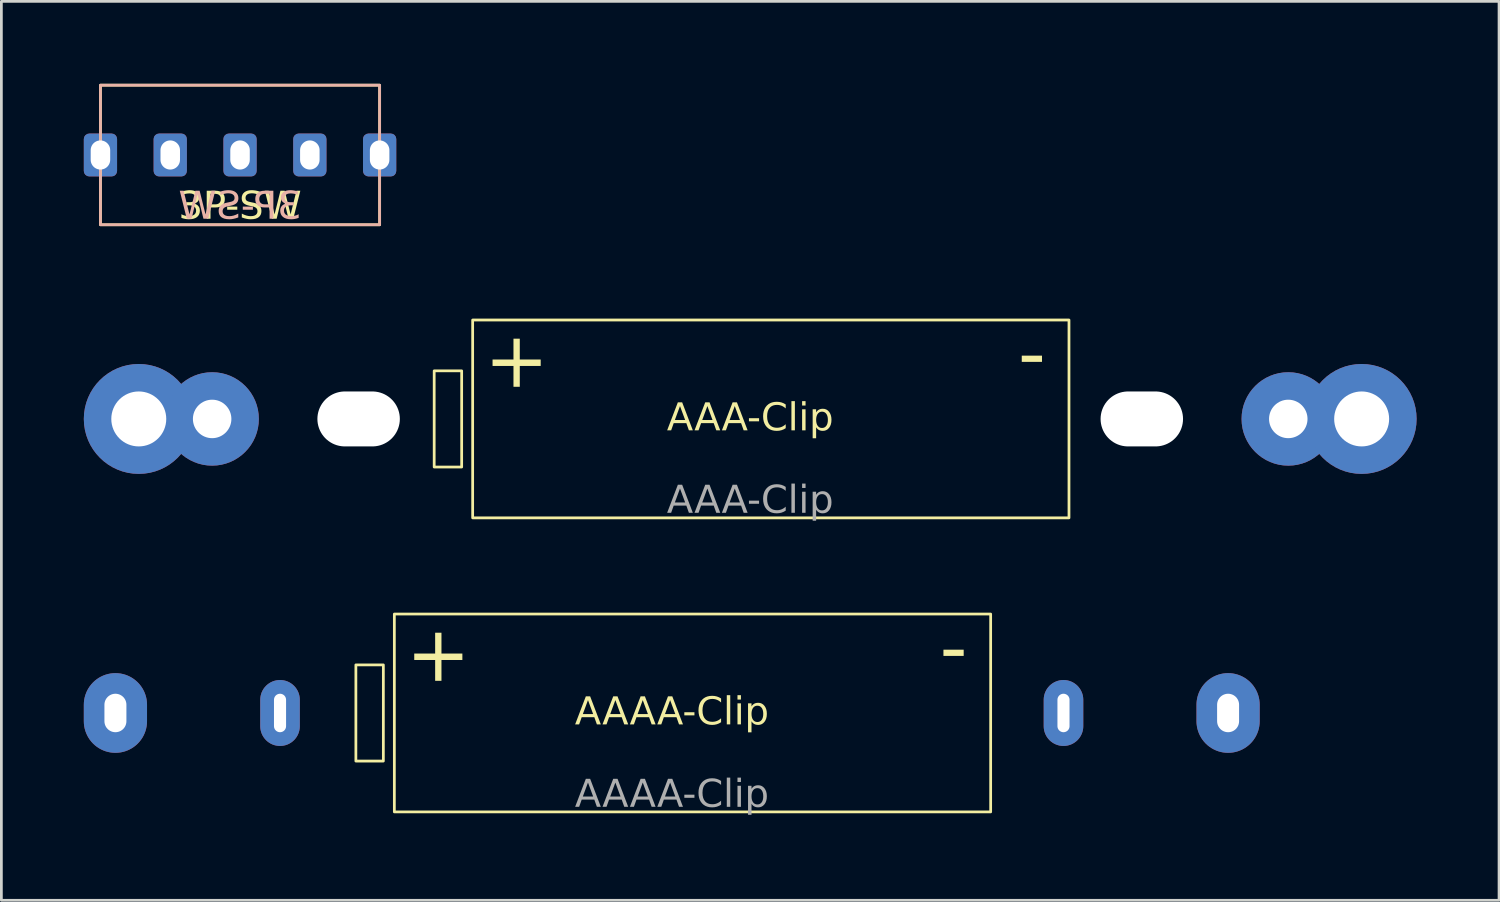
<source format=kicad_pcb>
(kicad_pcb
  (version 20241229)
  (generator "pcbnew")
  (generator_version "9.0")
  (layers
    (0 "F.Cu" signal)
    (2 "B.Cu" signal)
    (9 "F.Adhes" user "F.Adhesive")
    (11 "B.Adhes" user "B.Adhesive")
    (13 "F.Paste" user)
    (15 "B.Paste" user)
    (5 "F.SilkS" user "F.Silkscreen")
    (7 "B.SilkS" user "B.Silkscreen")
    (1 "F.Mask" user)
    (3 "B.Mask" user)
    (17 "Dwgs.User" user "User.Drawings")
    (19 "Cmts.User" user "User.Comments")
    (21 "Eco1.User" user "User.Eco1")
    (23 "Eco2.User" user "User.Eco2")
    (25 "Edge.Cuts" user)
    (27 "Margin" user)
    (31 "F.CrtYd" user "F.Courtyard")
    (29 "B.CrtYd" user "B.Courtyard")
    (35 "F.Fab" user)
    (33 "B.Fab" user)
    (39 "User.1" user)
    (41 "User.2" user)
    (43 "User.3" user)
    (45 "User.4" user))
  (footprint "AAA-Clip"
    (layer "F.Cu")
    (at 24.25 12.195)
    (property "Reference" "AAA-Clip" (at 0 0 0) (unlocked yes) (layer "F.SilkS") (effects (font (face "東亜重工 R") (size 1 1) (thickness 0.1))))
    (attr through_hole)
    (fp_rect (start -11.5 -1.75) (end -10.5 1.75) (stroke (width 0.1) (type default)) (fill no) (layer "F.SilkS"))
    (fp_rect (start -10.1 -3.6) (end 11.6 3.6) (stroke (width 0.1) (type default)) (fill no) (layer "F.SilkS"))
    (fp_text user "+" (at -8.5 -2 0) (unlocked yes) (layer "F.SilkS") (effects (font (face "東亜重工 R") (size 2 2) (thickness 0.15))))
    (fp_text user "-" (at 10.25 -2.25 0) (unlocked yes) (layer "F.SilkS") (effects (font (face "東亜重工 R") (size 2 2) (thickness 0.15))))
    (fp_text user "${REFERENCE}" (at 0 3 0) (unlocked yes) (layer "F.Fab") (effects (font (face "東亜重工 R") (size 1 1) (thickness 0.15))))
    (pad "" np_thru_hole oval (at -14.25 0) (size 3 2) (drill oval 3 2) (layers "*.Cu" "*.Mask"))
    (pad "" np_thru_hole oval (at 14.25 0) (size 3 2) (drill oval 3 2) (layers "*.Cu" "*.Mask"))
    (pad "1" thru_hole oval (at -22.25 0) (size 4 4) (drill oval 2) (layers "*.Cu" "*.Mask"))
    (pad "1" thru_hole oval (at -19.58 0) (size 3.4 3.4) (drill oval 1.4) (layers "*.Cu" "*.Mask"))
    (pad "2" thru_hole oval (at 19.58 0) (size 3.4 3.4) (drill oval 1.4) (layers "*.Cu" "*.Mask"))
    (pad "2" thru_hole oval (at 22.25 0) (size 4 4) (drill oval 2) (layers "*.Cu" "*.Mask")))
  (footprint "3P-SW"
    (layer "F.Cu")
    (at 5.685 2.59)
    (property "Reference" "3P-SW" (at 0 1.905 0) (unlocked yes) (layer "F.SilkS") (effects (font (face "東亜重工 R") (size 1 1) (thickness 0.1))))
    (attr through_hole)
    (fp_rect (start -5.08 -2.54) (end 5.08 2.54) (stroke (width 0.1) (type default)) (fill no) (layer "F.SilkS"))
    (fp_rect (start -5.08 -2.54) (end 5.08 2.54) (stroke (width 0.1) (type default)) (fill no) (layer "B.SilkS"))
    (fp_text user "${REFERENCE}" (at 0 1.905 0) (unlocked yes) (layer "B.SilkS") (effects (font (face "東亜重工 R") (size 1 1) (thickness 0.15)) (justify mirror)))
    (pad "" np_thru_hole roundrect (at -5.08 0) (size 1.21 1.56) (drill oval 0.71 1.06) (layers "*.Cu" "*.Mask") (roundrect_rratio 0.164))
    (pad "" np_thru_hole roundrect (at 5.08 0) (size 1.21 1.56) (drill oval 0.71 1.06) (layers "*.Cu" "*.Mask") (roundrect_rratio 0.164))
    (pad "1" thru_hole roundrect (at -2.54 0) (size 1.21 1.56) (drill oval 0.71 1.06) (layers "*.Cu" "*.Mask") (roundrect_rratio 0.164))
    (pad "2" thru_hole roundrect (at 0 0) (size 1.21 1.56) (drill oval 0.71 1.06) (layers "*.Cu" "*.Mask") (roundrect_rratio 0.164))
    (pad "3" thru_hole roundrect (at 2.54 0) (size 1.21 1.56) (drill oval 0.71 1.06) (layers "*.Cu" "*.Mask") (roundrect_rratio 0.164)))
  (footprint "AAAA-Clip"
    (layer "F.Cu")
    (at 21.4 22.895)
    (property "Reference" "AAAA-Clip" (at 0 0 0) (unlocked yes) (layer "F.SilkS") (effects (font (face "東亜重工 R") (size 1 1) (thickness 0.1))))
    (attr through_hole)
    (fp_rect (start -11.5 -1.75) (end -10.5 1.75) (stroke (width 0.1) (type default)) (fill no) (layer "F.SilkS"))
    (fp_rect (start -10.1 -3.6) (end 11.6 3.6) (stroke (width 0.1) (type default)) (fill no) (layer "F.SilkS"))
    (fp_text user "+" (at -8.5 -2 0) (unlocked yes) (layer "F.SilkS") (effects (font (face "東亜重工 R") (size 2 2) (thickness 0.15))))
    (fp_text user "-" (at 10.25 -2.25 0) (unlocked yes) (layer "F.SilkS") (effects (font (face "東亜重工 R") (size 2 2) (thickness 0.15))))
    (fp_text user "${REFERENCE}" (at 0 3 0) (unlocked yes) (layer "F.Fab") (effects (font (face "東亜重工 R") (size 1 1) (thickness 0.15))))
    (pad "1" thru_hole oval (at -20.25 0) (size 2.3 2.9) (drill oval 0.8 1.4) (layers "*.Cu" "*.Mask"))
    (pad "1" thru_hole oval (at -14.26 0) (size 1.44 2.4) (drill oval 0.44 1.4) (layers "*.Cu" "*.Mask"))
    (pad "2" thru_hole oval (at 14.25 0) (size 1.44 2.4) (drill oval 0.44 1.4) (layers "*.Cu" "*.Mask"))
    (pad "2" thru_hole oval (at 20.24 0) (size 2.3 2.9) (drill oval 0.8 1.4) (layers "*.Cu" "*.Mask")))
  (gr_rect
    (start -3 -3)
    (end 51.5 29.712)
    (stroke (width 0.1) (type default))
    (fill no)
    (layer "Edge.Cuts")))
</source>
